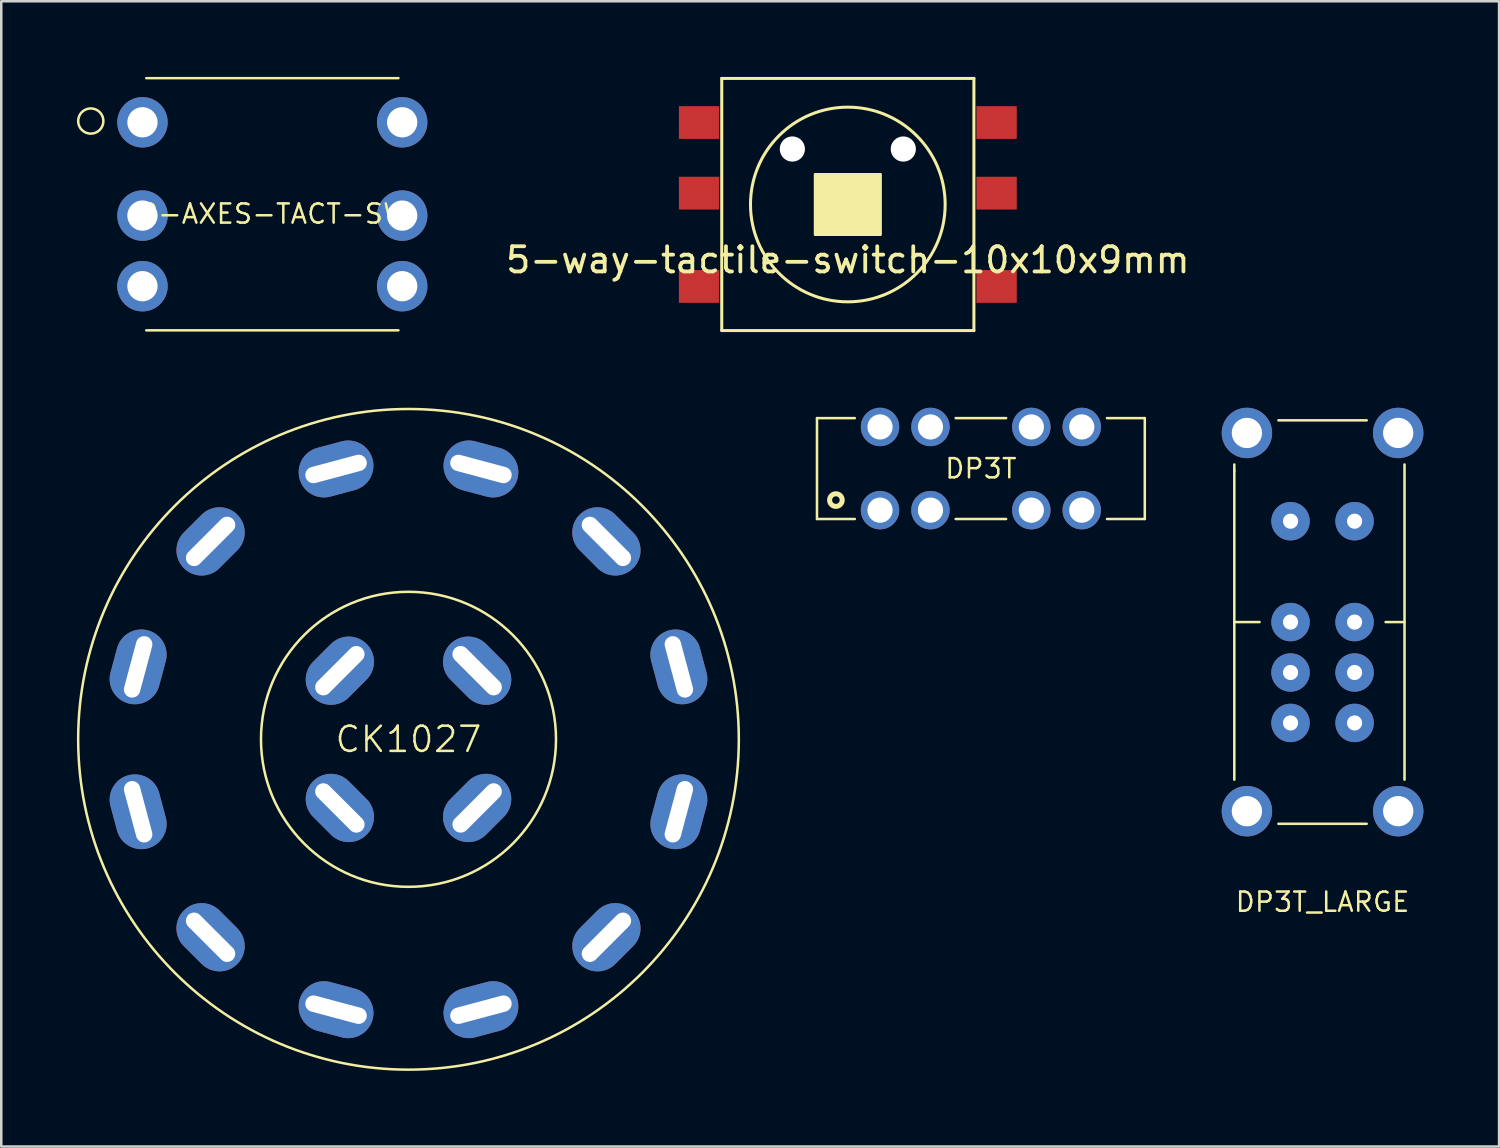
<source format=kicad_pcb>
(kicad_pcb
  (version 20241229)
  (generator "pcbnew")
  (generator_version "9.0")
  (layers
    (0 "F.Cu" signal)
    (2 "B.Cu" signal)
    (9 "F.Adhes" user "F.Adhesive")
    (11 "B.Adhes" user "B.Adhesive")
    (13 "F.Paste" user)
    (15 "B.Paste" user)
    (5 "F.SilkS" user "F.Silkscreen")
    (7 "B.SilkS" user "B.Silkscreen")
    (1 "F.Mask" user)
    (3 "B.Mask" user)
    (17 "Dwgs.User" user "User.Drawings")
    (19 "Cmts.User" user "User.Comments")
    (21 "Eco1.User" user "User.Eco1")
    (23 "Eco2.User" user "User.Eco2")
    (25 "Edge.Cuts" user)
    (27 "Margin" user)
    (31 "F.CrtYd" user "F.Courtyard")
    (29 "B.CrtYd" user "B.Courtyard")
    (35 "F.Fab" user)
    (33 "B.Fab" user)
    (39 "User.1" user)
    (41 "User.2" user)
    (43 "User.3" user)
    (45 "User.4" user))
  (footprint "DP3T_LARGE"
    (layer "F.Cu")
    (at 49.4 21.62)
    (property "Reference" "DP3T_LARGE" (at 0 11.1 0) (layer "F.SilkS") (effects (font (size 0.762 0.762) (thickness 0.1))))
    (attr through_hole)
    (fp_line (start -3.5 -6.25) (end -3.5 -6) (stroke (width 0.1) (type solid)) (layer "F.SilkS"))
    (fp_line (start -3.5 0) (end -2.5 0) (stroke (width 0.1) (type solid)) (layer "F.SilkS"))
    (fp_line (start -3.5 6.25) (end -3.5 -6) (stroke (width 0.1) (type solid)) (layer "F.SilkS"))
    (fp_line (start -1.75 -8) (end 1.75 -8) (stroke (width 0.1) (type solid)) (layer "F.SilkS"))
    (fp_line (start -1.75 8) (end 1.75 8) (stroke (width 0.1) (type solid)) (layer "F.SilkS"))
    (fp_line (start 2.5 0) (end 3.25 0) (stroke (width 0.1) (type solid)) (layer "F.SilkS"))
    (fp_line (start 3.25 -6.25) (end 3.25 6.25) (stroke (width 0.1) (type solid)) (layer "F.SilkS"))
    (pad "" thru_hole circle (at -3 -7.5) (size 2 2) (drill 1.2) (layers "*.Cu" "*.Mask"))
    (pad "" thru_hole circle (at -3 7.5) (size 2 2) (drill 1.2) (layers "*.Cu" "*.Mask"))
    (pad "" thru_hole circle (at 3 -7.5) (size 2 2) (drill 1.2) (layers "*.Cu" "*.Mask"))
    (pad "" thru_hole circle (at 3 7.5) (size 2 2) (drill 1.2) (layers "*.Cu" "*.Mask"))
    (pad "1" thru_hole circle (at 1.27 4) (size 1.524 1.524) (drill 0.6) (layers "*.Cu" "*.Mask"))
    (pad "2" thru_hole circle (at 1.27 2) (size 1.524 1.524) (drill 0.6) (layers "*.Cu" "*.Mask"))
    (pad "3" thru_hole circle (at 1.27 0) (size 1.524 1.524) (drill 0.6) (layers "*.Cu" "*.Mask"))
    (pad "4" thru_hole circle (at 1.27 -4) (size 1.524 1.524) (drill 0.6) (layers "*.Cu" "*.Mask"))
    (pad "5" thru_hole circle (at -1.27 4) (size 1.524 1.524) (drill 0.6) (layers "*.Cu" "*.Mask"))
    (pad "6" thru_hole circle (at -1.27 2) (size 1.524 1.524) (drill 0.6) (layers "*.Cu" "*.Mask"))
    (pad "7" thru_hole circle (at -1.27 0) (size 1.524 1.524) (drill 0.6) (layers "*.Cu" "*.Mask"))
    (pad "8" thru_hole circle (at -1.27 -4) (size 1.524 1.524) (drill 0.6) (layers "*.Cu" "*.Mask")))
  (footprint "5-way-tactile-switch-10x10x9mm"
    (layer "F.Cu")
    (at 30.573 5.06)
    (property "Reference" "5-way-tactile-switch-10x10x9mm" (at 0 2.2 0) (layer "F.SilkS") (effects (font (size 1 1) (thickness 0.15))))
    (attr smd)
    (fp_line (start -5 -5) (end 5 -5) (stroke (width 0.12) (type solid)) (layer "F.SilkS"))
    (fp_line (start -5 5) (end -5 -5) (stroke (width 0.12) (type solid)) (layer "F.SilkS"))
    (fp_line (start 5 -5) (end 5 5) (stroke (width 0.12) (type solid)) (layer "F.SilkS"))
    (fp_line (start 5 5) (end -5 5) (stroke (width 0.12) (type solid)) (layer "F.SilkS"))
    (fp_circle (center 0 0) (end 3.86 0) (stroke (width 0.12) (type solid)) (fill no) (layer "F.SilkS"))
    (fp_poly (pts (xy 1.3 1.2) (xy -1.3 1.2) (xy -1.3 -1.2) (xy 1.3 -1.2)) (stroke (width 0.1) (type solid)) (fill yes) (layer "F.SilkS"))
    (pad "" np_thru_hole circle (at -2.2 -2.2) (size 1 1) (drill 1) (layers "*.Cu" "*.Mask"))
    (pad "" np_thru_hole circle (at 2.2 -2.2) (size 1 1) (drill 1) (layers "*.Cu" "*.Mask"))
    (pad "1" smd rect (at -5.9 -3.25) (size 1.6 1.3) (layers "F.Cu" "F.Mask" "F.Paste"))
    (pad "2" smd rect (at -5.9 -0.45) (size 1.6 1.3) (layers "F.Cu" "F.Mask" "F.Paste"))
    (pad "3" smd rect (at -5.9 3.25) (size 1.6 1.3) (layers "F.Cu" "F.Mask" "F.Paste"))
    (pad "4" smd rect (at 5.9 -3.25) (size 1.6 1.3) (layers "F.Cu" "F.Mask" "F.Paste"))
    (pad "5" smd rect (at 5.9 -0.45) (size 1.6 1.3) (layers "F.Cu" "F.Mask" "F.Paste"))
    (pad "6" smd rect (at 5.9 3.25) (size 1.6 1.3) (layers "F.Cu" "F.Mask" "F.Paste")))
  (footprint "CK1027"
    (layer "F.Cu")
    (at 13.15 26.27)
    (property "Reference" "CK1027" (at 0 0 0) (layer "F.SilkS") (effects (font (size 1 1) (thickness 0.1))))
    (attr through_hole)
    (fp_circle (center 0 0) (end -13.1 0) (stroke (width 0.1) (type solid)) (fill no) (layer "F.SilkS"))
    (fp_circle (center 0 0) (end 0 -5.85) (stroke (width 0.1) (type solid)) (fill no) (layer "F.SilkS"))
    (pad "1" thru_hole oval (at 10.722 2.873 75) (size 3 2) (drill oval 2.5 0.65) (layers "*.Cu" "*.Mask"))
    (pad "2" thru_hole oval (at 7.849 7.849 45) (size 3 2) (drill oval 2.5 0.65) (layers "*.Cu" "*.Mask"))
    (pad "3" thru_hole oval (at 2.873 10.722 15) (size 3 2) (drill oval 2.5 0.65) (layers "*.Cu" "*.Mask"))
    (pad "4" thru_hole oval (at -2.873 10.722 345) (size 3 2) (drill oval 2.5 0.65) (layers "*.Cu" "*.Mask"))
    (pad "5" thru_hole oval (at -7.849 7.849 315) (size 3 2) (drill oval 2.5 0.65) (layers "*.Cu" "*.Mask"))
    (pad "6" thru_hole oval (at -10.722 2.873 285) (size 3 2) (drill oval 2.5 0.65) (layers "*.Cu" "*.Mask"))
    (pad "7" thru_hole oval (at -10.722 -2.873 75) (size 3 2) (drill oval 2.5 0.65) (layers "*.Cu" "*.Mask"))
    (pad "8" thru_hole oval (at -7.849 -7.849 45) (size 3 2) (drill oval 2.5 0.65) (layers "*.Cu" "*.Mask"))
    (pad "9" thru_hole oval (at -2.873 -10.722 15) (size 3 2) (drill oval 2.5 0.65) (layers "*.Cu" "*.Mask"))
    (pad "10" thru_hole oval (at 2.873 -10.722 345) (size 3 2) (drill oval 2.5 0.65) (layers "*.Cu" "*.Mask"))
    (pad "11" thru_hole oval (at 7.849 -7.849 315) (size 3 2) (drill oval 2.5 0.65) (layers "*.Cu" "*.Mask"))
    (pad "12" thru_hole oval (at 10.722 -2.873 285) (size 3 2) (drill oval 2.5 0.65) (layers "*.Cu" "*.Mask"))
    (pad "A" thru_hole oval (at 2.722 2.722 45) (size 3 2) (drill oval 2.5 0.65) (layers "*.Cu" "*.Mask"))
    (pad "B" thru_hole oval (at -2.722 2.722 315) (size 3 2) (drill oval 2.5 0.65) (layers "*.Cu" "*.Mask"))
    (pad "C" thru_hole oval (at -2.722 -2.722 45) (size 3 2) (drill oval 2.5 0.65) (layers "*.Cu" "*.Mask"))
    (pad "D" thru_hole oval (at 2.722 -2.722 315) (size 3 2) (drill oval 2.5 0.65) (layers "*.Cu" "*.Mask")))
  (footprint "2-AXES-TACT-SW"
    (layer "F.Cu")
    (at 7.75 5.05)
    (property "Reference" "2-AXES-TACT-SW" (at 0 0.381 0) (layer "F.SilkS") (effects (font (size 0.762 0.762) (thickness 0.1))))
    (attr through_hole)
    (fp_line (start -5 -5) (end 5 -5) (stroke (width 0.1) (type solid)) (layer "F.SilkS"))
    (fp_line (start -5 5) (end 5 5) (stroke (width 0.1) (type solid)) (layer "F.SilkS"))
    (fp_circle (center -7.2 -3.3) (end -6.8 -3) (stroke (width 0.1) (type solid)) (fill no) (layer "F.SilkS"))
    (pad "1" thru_hole circle (at -5.15 -3.25) (size 2 2) (drill 1.2) (layers "*.Cu" "*.Mask"))
    (pad "2" thru_hole circle (at -5.15 0.45) (size 2 2) (drill 1.2) (layers "*.Cu" "*.Mask"))
    (pad "3" thru_hole circle (at -5.15 3.25) (size 2 2) (drill 1.2) (layers "*.Cu" "*.Mask"))
    (pad "4" thru_hole circle (at 5.15 3.25) (size 2 2) (drill 1.2) (layers "*.Cu" "*.Mask"))
    (pad "5" thru_hole circle (at 5.15 0.45) (size 2 2) (drill 1.2) (layers "*.Cu" "*.Mask"))
    (pad "6" thru_hole circle (at 5.15 -3.25) (size 2 2) (drill 1.2) (layers "*.Cu" "*.Mask")))
  (footprint "DP3T"
    (layer "F.Cu")
    (at 35.85 15.532)
    (property "Reference" "DP3T" (at 0 0 0) (layer "F.SilkS") (effects (font (size 0.762 0.762) (thickness 0.1))))
    (attr through_hole)
    (fp_line (start -6.5 -2) (end -5 -2) (stroke (width 0.1) (type solid)) (layer "F.SilkS"))
    (fp_line (start -6.5 2) (end -6.5 -2) (stroke (width 0.1) (type solid)) (layer "F.SilkS"))
    (fp_line (start -6.5 2) (end -5 2) (stroke (width 0.1) (type solid)) (layer "F.SilkS"))
    (fp_line (start -1 -2) (end 1 -2) (stroke (width 0.1) (type solid)) (layer "F.SilkS"))
    (fp_line (start -1 2) (end 1 2) (stroke (width 0.1) (type solid)) (layer "F.SilkS"))
    (fp_line (start 5 -2) (end 6.5 -2) (stroke (width 0.1) (type solid)) (layer "F.SilkS"))
    (fp_line (start 5 2) (end 6.5 2) (stroke (width 0.1) (type solid)) (layer "F.SilkS"))
    (fp_line (start 6.5 -2) (end 6.5 2) (stroke (width 0.1) (type solid)) (layer "F.SilkS"))
    (fp_circle (center -5.75 1.25) (end -5.5 1.25) (stroke (width 0.2) (type solid)) (fill no) (layer "F.SilkS"))
    (pad "1" thru_hole circle (at -4 1.65) (size 1.524 1.524) (drill 1) (layers "*.Cu" "*.Mask"))
    (pad "2" thru_hole circle (at -2 1.65) (size 1.524 1.524) (drill 1) (layers "*.Cu" "*.Mask"))
    (pad "3" thru_hole circle (at 2 1.65) (size 1.524 1.524) (drill 1) (layers "*.Cu" "*.Mask"))
    (pad "4" thru_hole circle (at 4 1.65) (size 1.524 1.524) (drill 1) (layers "*.Cu" "*.Mask"))
    (pad "5" thru_hole circle (at -4 -1.65) (size 1.524 1.524) (drill 1) (layers "*.Cu" "*.Mask"))
    (pad "6" thru_hole circle (at -2 -1.65) (size 1.524 1.524) (drill 1) (layers "*.Cu" "*.Mask"))
    (pad "7" thru_hole circle (at 2 -1.65) (size 1.524 1.524) (drill 1) (layers "*.Cu" "*.Mask"))
    (pad "8" thru_hole circle (at 4 -1.65) (size 1.524 1.524) (drill 1) (layers "*.Cu" "*.Mask")))
  (gr_rect
    (start -3 -3)
    (end 56.4 42.42)
    (stroke (width 0.1) (type default))
    (fill no)
    (layer "Edge.Cuts")))
</source>
